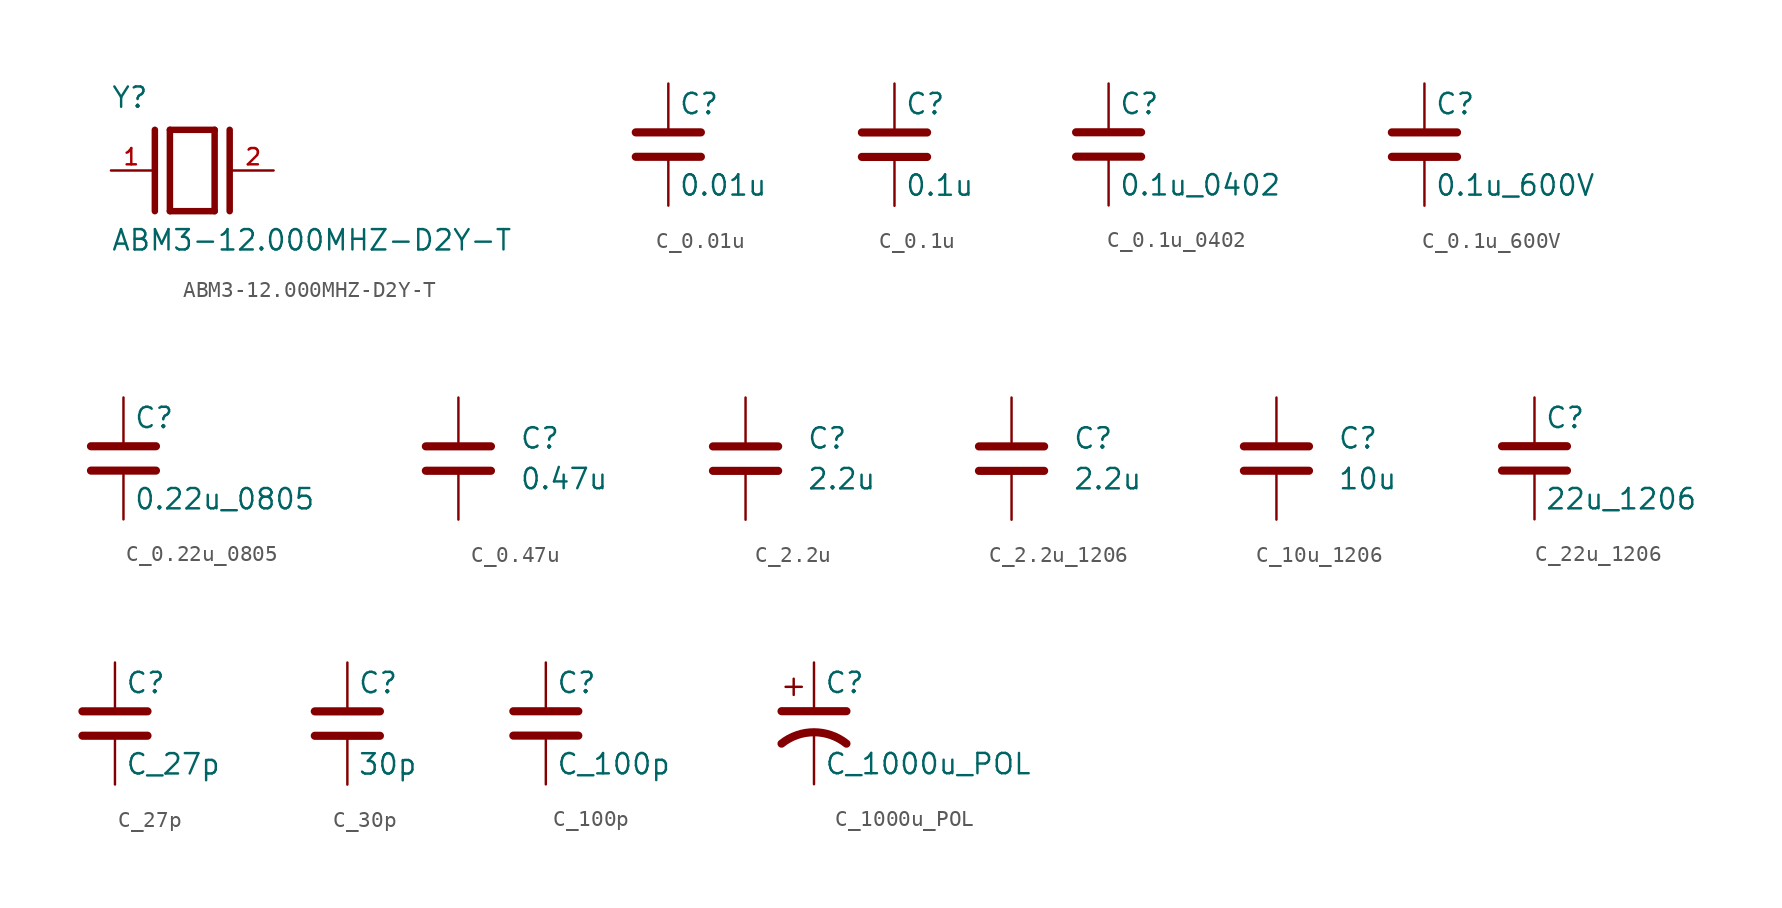
<source format=kicad_sym>
(kicad_symbol_lib
  (version 20231120)
  (generator "kicad_symbol_editor")
  (generator_version "8.0")
  (symbol "ABM3-12.000MHZ-D2Y-T"
    (pin_names
      (offset 1.016))
    (property "Reference" "Y"
      (at -5.088 3.816 0)
      (effects (font (size 1.27 1.27)) (justify left bottom)))
    (property "Value" "ABM3-12.000MHZ-D2Y-T"
      (at -5.094 -5.094 0)
      (effects (font (size 1.27 1.27)) (justify left bottom)))
    (symbol "ABM3-12.000MHZ-D2Y-T_0_0"
      (polyline (pts (xy -2.337 2.54) (xy -2.337 -2.54)) (stroke (width 0.406) (type default)) (fill (type none)))
      (polyline (pts (xy -1.397 2.54) (xy -1.397 -2.54)) (stroke (width 0.406) (type default)) (fill (type none)))
      (polyline (pts (xy -1.397 2.54) (xy 1.397 2.54)) (stroke (width 0.406) (type default)) (fill (type none)))
      (polyline (pts (xy 1.397 -2.54) (xy -1.397 -2.54)) (stroke (width 0.406) (type default)) (fill (type none)))
      (polyline (pts (xy 1.397 2.54) (xy 1.397 -2.54)) (stroke (width 0.406) (type default)) (fill (type none)))
      (polyline (pts (xy 2.337 2.54) (xy 2.337 -2.54)) (stroke (width 0.406) (type default)) (fill (type none)))
      (pin passive line (at -5.08 0 0) (length 2.54) (name "~" (effects (font (size 1.016 1.016)))) (number "1" (effects (font (size 1.016 1.016)))))
      (pin passive line (at 5.08 0 180) (length 2.54) (name "~" (effects (font (size 1.016 1.016)))) (number "2" (effects (font (size 1.016 1.016)))))))
  (symbol "C_0.01u"
    (pin_numbers hide)
    (pin_names
      (offset 0.254))
    (property "Reference" "C"
      (at 0.635 2.54 0)
      (effects (font (size 1.27 1.27)) (justify left)))
    (property "Value" "0.01u"
      (at 0.635 -2.54 0)
      (effects (font (size 1.27 1.27)) (justify left)))
    (symbol "C_0.01u_0_1"
      (polyline (pts (xy -2.032 -0.762) (xy 2.032 -0.762)) (stroke (width 0.508) (type default)) (fill (type none)))
      (polyline (pts (xy -2.032 0.762) (xy 2.032 0.762)) (stroke (width 0.508) (type default)) (fill (type none))))
    (symbol "C_0.01u_1_1"
      (pin passive line (at 0 3.81 270) (length 2.794) (name "~" (effects (font (size 1.27 1.27)))) (number "1" (effects (font (size 1.27 1.27)))))
      (pin passive line (at 0 -3.81 90) (length 2.794) (name "~" (effects (font (size 1.27 1.27)))) (number "2" (effects (font (size 1.27 1.27)))))))
  (symbol "C_0.1u"
    (pin_numbers hide)
    (pin_names
      (offset 0.254))
    (property "Reference" "C"
      (at 0.635 2.54 0)
      (effects (font (size 1.27 1.27)) (justify left)))
    (property "Value" "0.1u"
      (at 0.635 -2.54 0)
      (effects (font (size 1.27 1.27)) (justify left)))
    (symbol "C_0.1u_0_1"
      (polyline (pts (xy -2.032 -0.762) (xy 2.032 -0.762)) (stroke (width 0.508) (type default)) (fill (type none)))
      (polyline (pts (xy -2.032 0.762) (xy 2.032 0.762)) (stroke (width 0.508) (type default)) (fill (type none))))
    (symbol "C_0.1u_1_1"
      (pin passive line (at 0 3.81 270) (length 2.794) (name "~" (effects (font (size 1.27 1.27)))) (number "1" (effects (font (size 1.27 1.27)))))
      (pin passive line (at 0 -3.81 90) (length 2.794) (name "~" (effects (font (size 1.27 1.27)))) (number "2" (effects (font (size 1.27 1.27)))))))
  (symbol "C_0.1u_0402"
    (pin_numbers hide)
    (pin_names
      (offset 0.254))
    (property "Reference" "C"
      (at 0.635 2.54 0)
      (effects (font (size 1.27 1.27)) (justify left)))
    (property "Value" "0.1u_0402"
      (at 0.635 -2.54 0)
      (effects (font (size 1.27 1.27)) (justify left)))
    (symbol "C_0.1u_0402_0_1"
      (polyline (pts (xy -2.032 -0.762) (xy 2.032 -0.762)) (stroke (width 0.508) (type default)) (fill (type none)))
      (polyline (pts (xy -2.032 0.762) (xy 2.032 0.762)) (stroke (width 0.508) (type default)) (fill (type none))))
    (symbol "C_0.1u_0402_1_1"
      (pin passive line (at 0 3.81 270) (length 2.794) (name "~" (effects (font (size 1.27 1.27)))) (number "1" (effects (font (size 1.27 1.27)))))
      (pin passive line (at 0 -3.81 90) (length 2.794) (name "~" (effects (font (size 1.27 1.27)))) (number "2" (effects (font (size 1.27 1.27)))))))
  (symbol "C_0.1u_600V"
    (pin_numbers hide)
    (pin_names
      (offset 0.254))
    (property "Reference" "C"
      (at 0.635 2.54 0)
      (effects (font (size 1.27 1.27)) (justify left)))
    (property "Value" "0.1u_600V"
      (at 0.635 -2.54 0)
      (effects (font (size 1.27 1.27)) (justify left)))
    (symbol "C_0.1u_600V_0_1"
      (polyline (pts (xy -2.032 -0.762) (xy 2.032 -0.762)) (stroke (width 0.508) (type default)) (fill (type none)))
      (polyline (pts (xy -2.032 0.762) (xy 2.032 0.762)) (stroke (width 0.508) (type default)) (fill (type none))))
    (symbol "C_0.1u_600V_1_1"
      (pin passive line (at 0 3.81 270) (length 2.794) (name "~" (effects (font (size 1.27 1.27)))) (number "1" (effects (font (size 1.27 1.27)))))
      (pin passive line (at 0 -3.81 90) (length 2.794) (name "~" (effects (font (size 1.27 1.27)))) (number "2" (effects (font (size 1.27 1.27)))))))
  (symbol "C_0.22u_0805"
    (pin_numbers hide)
    (pin_names
      (offset 0.254))
    (property "Reference" "C"
      (at 0.635 2.54 0)
      (effects (font (size 1.27 1.27)) (justify left)))
    (property "Value" "0.22u_0805"
      (at 0.635 -2.54 0)
      (effects (font (size 1.27 1.27)) (justify left)))
    (symbol "C_0.22u_0805_0_1"
      (polyline (pts (xy -2.032 -0.762) (xy 2.032 -0.762)) (stroke (width 0.508) (type default)) (fill (type none)))
      (polyline (pts (xy -2.032 0.762) (xy 2.032 0.762)) (stroke (width 0.508) (type default)) (fill (type none))))
    (symbol "C_0.22u_0805_1_1"
      (pin passive line (at 0 3.81 270) (length 2.794) (name "~" (effects (font (size 1.27 1.27)))) (number "1" (effects (font (size 1.27 1.27)))))
      (pin passive line (at 0 -3.81 90) (length 2.794) (name "~" (effects (font (size 1.27 1.27)))) (number "2" (effects (font (size 1.27 1.27)))))))
  (symbol "C_0.47u"
    (pin_numbers hide)
    (pin_names
      (offset 0.254))
    (property "Reference" "C"
      (at 3.81 1.27 0)
      (effects (font (size 1.27 1.27)) (justify left)))
    (property "Value" "0.47u"
      (at 3.81 -1.27 0)
      (effects (font (size 1.27 1.27)) (justify left)))
    (symbol "C_0.47u_0_1"
      (polyline (pts (xy -2.032 -0.762) (xy 2.032 -0.762)) (stroke (width 0.508) (type default)) (fill (type none)))
      (polyline (pts (xy -2.032 0.762) (xy 2.032 0.762)) (stroke (width 0.508) (type default)) (fill (type none))))
    (symbol "C_0.47u_1_1"
      (pin passive line (at 0 3.81 270) (length 2.794) (name "~" (effects (font (size 1.27 1.27)))) (number "1" (effects (font (size 1.27 1.27)))))
      (pin passive line (at 0 -3.81 90) (length 2.794) (name "~" (effects (font (size 1.27 1.27)))) (number "2" (effects (font (size 1.27 1.27)))))))
  (symbol "C_2.2u"
    (pin_numbers hide)
    (pin_names
      (offset 0.254))
    (property "Reference" "C"
      (at 3.81 1.27 0)
      (effects (font (size 1.27 1.27)) (justify left)))
    (property "Value" "2.2u"
      (at 3.81 -1.27 0)
      (effects (font (size 1.27 1.27)) (justify left)))
    (symbol "C_2.2u_0_1"
      (polyline (pts (xy -2.032 -0.762) (xy 2.032 -0.762)) (stroke (width 0.508) (type default)) (fill (type none)))
      (polyline (pts (xy -2.032 0.762) (xy 2.032 0.762)) (stroke (width 0.508) (type default)) (fill (type none))))
    (symbol "C_2.2u_1_1"
      (pin passive line (at 0 3.81 270) (length 2.794) (name "~" (effects (font (size 1.27 1.27)))) (number "1" (effects (font (size 1.27 1.27)))))
      (pin passive line (at 0 -3.81 90) (length 2.794) (name "~" (effects (font (size 1.27 1.27)))) (number "2" (effects (font (size 1.27 1.27)))))))
  (symbol "C_2.2u_1206"
    (pin_numbers hide)
    (pin_names
      (offset 0.254))
    (property "Reference" "C"
      (at 3.81 1.27 0)
      (effects (font (size 1.27 1.27)) (justify left)))
    (property "Value" "2.2u"
      (at 3.81 -1.27 0)
      (effects (font (size 1.27 1.27)) (justify left)))
    (symbol "C_2.2u_1206_0_1"
      (polyline (pts (xy -2.032 -0.762) (xy 2.032 -0.762)) (stroke (width 0.508) (type default)) (fill (type none)))
      (polyline (pts (xy -2.032 0.762) (xy 2.032 0.762)) (stroke (width 0.508) (type default)) (fill (type none))))
    (symbol "C_2.2u_1206_1_1"
      (pin passive line (at 0 3.81 270) (length 2.794) (name "~" (effects (font (size 1.27 1.27)))) (number "1" (effects (font (size 1.27 1.27)))))
      (pin passive line (at 0 -3.81 90) (length 2.794) (name "~" (effects (font (size 1.27 1.27)))) (number "2" (effects (font (size 1.27 1.27)))))))
  (symbol "C_10u_1206"
    (pin_numbers hide)
    (pin_names
      (offset 0.254))
    (property "Reference" "C"
      (at 3.81 1.27 0)
      (effects (font (size 1.27 1.27)) (justify left)))
    (property "Value" "10u"
      (at 3.81 -1.27 0)
      (effects (font (size 1.27 1.27)) (justify left)))
    (symbol "C_10u_1206_0_1"
      (polyline (pts (xy -2.032 -0.762) (xy 2.032 -0.762)) (stroke (width 0.508) (type default)) (fill (type none)))
      (polyline (pts (xy -2.032 0.762) (xy 2.032 0.762)) (stroke (width 0.508) (type default)) (fill (type none))))
    (symbol "C_10u_1206_1_1"
      (pin passive line (at 0 3.81 270) (length 2.794) (name "~" (effects (font (size 1.27 1.27)))) (number "1" (effects (font (size 1.27 1.27)))))
      (pin passive line (at 0 -3.81 90) (length 2.794) (name "~" (effects (font (size 1.27 1.27)))) (number "2" (effects (font (size 1.27 1.27)))))))
  (symbol "C_22u_1206"
    (pin_numbers hide)
    (pin_names
      (offset 0.254))
    (property "Reference" "C"
      (at 0.635 2.54 0)
      (effects (font (size 1.27 1.27)) (justify left)))
    (property "Value" "22u_1206"
      (at 0.635 -2.54 0)
      (effects (font (size 1.27 1.27)) (justify left)))
    (symbol "C_22u_1206_0_1"
      (polyline (pts (xy -2.032 -0.762) (xy 2.032 -0.762)) (stroke (width 0.508) (type default)) (fill (type none)))
      (polyline (pts (xy -2.032 0.762) (xy 2.032 0.762)) (stroke (width 0.508) (type default)) (fill (type none))))
    (symbol "C_22u_1206_1_1"
      (pin passive line (at 0 3.81 270) (length 2.794) (name "~" (effects (font (size 1.27 1.27)))) (number "1" (effects (font (size 1.27 1.27)))))
      (pin passive line (at 0 -3.81 90) (length 2.794) (name "~" (effects (font (size 1.27 1.27)))) (number "2" (effects (font (size 1.27 1.27)))))))
  (symbol "C_27p"
    (pin_numbers hide)
    (pin_names
      (offset 0.254))
    (property "Reference" "C"
      (at 0.635 2.54 0)
      (effects (font (size 1.27 1.27)) (justify left)))
    (property "Value" "C_27p"
      (at 0.635 -2.54 0)
      (effects (font (size 1.27 1.27)) (justify left)))
    (symbol "C_27p_0_1"
      (polyline (pts (xy -2.032 -0.762) (xy 2.032 -0.762)) (stroke (width 0.508) (type default)) (fill (type none)))
      (polyline (pts (xy -2.032 0.762) (xy 2.032 0.762)) (stroke (width 0.508) (type default)) (fill (type none))))
    (symbol "C_27p_1_1"
      (pin passive line (at 0 3.81 270) (length 2.794) (name "~" (effects (font (size 1.27 1.27)))) (number "1" (effects (font (size 1.27 1.27)))))
      (pin passive line (at 0 -3.81 90) (length 2.794) (name "~" (effects (font (size 1.27 1.27)))) (number "2" (effects (font (size 1.27 1.27)))))))
  (symbol "C_30p"
    (pin_numbers hide)
    (pin_names
      (offset 0.254))
    (property "Reference" "C"
      (at 0.635 2.54 0)
      (effects (font (size 1.27 1.27)) (justify left)))
    (property "Value" "30p"
      (at 0.635 -2.54 0)
      (effects (font (size 1.27 1.27)) (justify left)))
    (symbol "C_30p_0_1"
      (polyline (pts (xy -2.032 -0.762) (xy 2.032 -0.762)) (stroke (width 0.508) (type default)) (fill (type none)))
      (polyline (pts (xy -2.032 0.762) (xy 2.032 0.762)) (stroke (width 0.508) (type default)) (fill (type none))))
    (symbol "C_30p_1_1"
      (pin passive line (at 0 3.81 270) (length 2.794) (name "~" (effects (font (size 1.27 1.27)))) (number "1" (effects (font (size 1.27 1.27)))))
      (pin passive line (at 0 -3.81 90) (length 2.794) (name "~" (effects (font (size 1.27 1.27)))) (number "2" (effects (font (size 1.27 1.27)))))))
  (symbol "C_100p"
    (pin_numbers hide)
    (pin_names
      (offset 0.254))
    (property "Reference" "C"
      (at 0.635 2.54 0)
      (effects (font (size 1.27 1.27)) (justify left)))
    (property "Value" "C_100p"
      (at 0.635 -2.54 0)
      (effects (font (size 1.27 1.27)) (justify left)))
    (symbol "C_100p_0_1"
      (polyline (pts (xy -2.032 -0.762) (xy 2.032 -0.762)) (stroke (width 0.508) (type default)) (fill (type none)))
      (polyline (pts (xy -2.032 0.762) (xy 2.032 0.762)) (stroke (width 0.508) (type default)) (fill (type none))))
    (symbol "C_100p_1_1"
      (pin passive line (at 0 3.81 270) (length 2.794) (name "~" (effects (font (size 1.27 1.27)))) (number "1" (effects (font (size 1.27 1.27)))))
      (pin passive line (at 0 -3.81 90) (length 2.794) (name "~" (effects (font (size 1.27 1.27)))) (number "2" (effects (font (size 1.27 1.27)))))))
  (symbol "C_1000u_POL"
    (pin_numbers hide)
    (pin_names
      (offset 0.254) hide)
    (property "Reference" "C"
      (at 0.635 2.54 0)
      (effects (font (size 1.27 1.27)) (justify left)))
    (property "Value" "C_1000u_POL"
      (at 0.635 -2.54 0)
      (effects (font (size 1.27 1.27)) (justify left)))
    (symbol "C_1000u_POL_0_1"
      (polyline (pts (xy -2.032 0.762) (xy 2.032 0.762)) (stroke (width 0.508) (type default)) (fill (type none)))
      (polyline (pts (xy -1.778 2.286) (xy -0.762 2.286)) (stroke (width 0) (type default)) (fill (type none)))
      (polyline (pts (xy -1.27 1.778) (xy -1.27 2.794)) (stroke (width 0) (type default)) (fill (type none)))
      (arc (start 2.032 -1.27) (mid 0 -0.5572) (end -2.032 -1.27) (stroke (width 0.508) (type default)) (fill (type none))))
    (symbol "C_1000u_POL_1_1"
      (pin passive line (at 0 3.81 270) (length 2.794) (name "~" (effects (font (size 1.27 1.27)))) (number "1" (effects (font (size 1.27 1.27)))))
      (pin passive line (at 0 -3.81 90) (length 3.302) (name "~" (effects (font (size 1.27 1.27)))) (number "2" (effects (font (size 1.27 1.27))))))))
</source>
